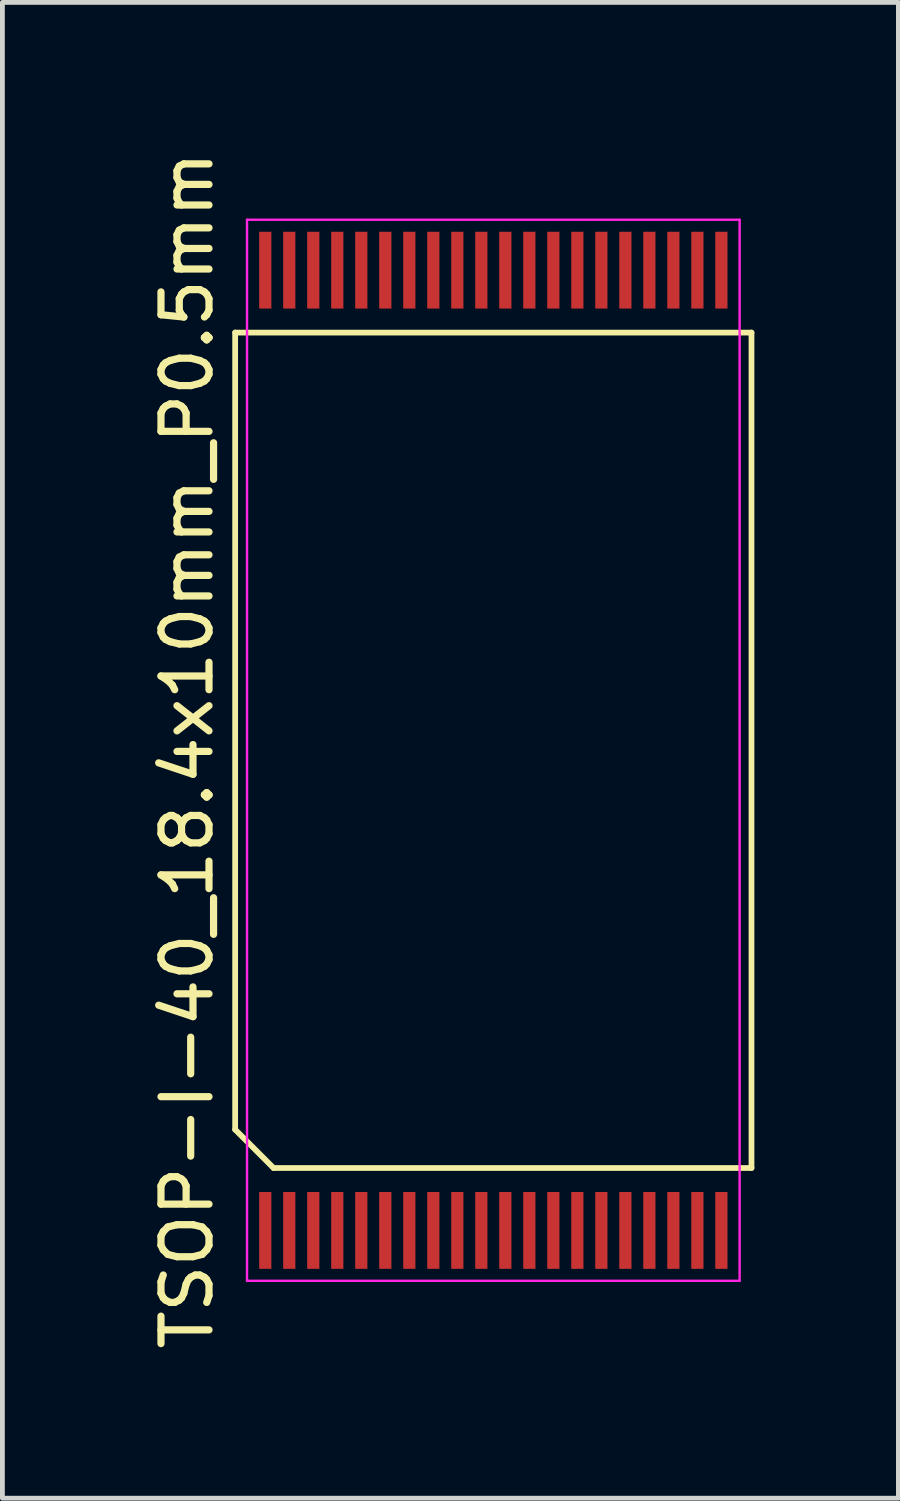
<source format=kicad_pcb>
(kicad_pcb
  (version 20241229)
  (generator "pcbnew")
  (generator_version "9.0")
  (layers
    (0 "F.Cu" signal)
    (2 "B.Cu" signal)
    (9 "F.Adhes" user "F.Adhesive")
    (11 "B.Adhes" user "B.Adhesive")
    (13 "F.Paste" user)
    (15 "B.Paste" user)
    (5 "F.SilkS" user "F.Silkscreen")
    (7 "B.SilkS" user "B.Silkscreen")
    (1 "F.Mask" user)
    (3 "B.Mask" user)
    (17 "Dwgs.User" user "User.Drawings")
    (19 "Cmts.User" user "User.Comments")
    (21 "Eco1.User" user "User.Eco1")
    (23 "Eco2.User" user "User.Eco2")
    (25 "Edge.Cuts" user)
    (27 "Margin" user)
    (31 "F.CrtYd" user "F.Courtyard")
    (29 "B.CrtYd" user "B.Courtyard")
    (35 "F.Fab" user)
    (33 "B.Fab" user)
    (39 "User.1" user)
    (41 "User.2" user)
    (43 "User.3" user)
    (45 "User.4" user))
  (footprint "TSOP-I-40_18.4x10mm_P0.5mm"
    (layer "F.Cu")
    (at 7.225 12.577)
    (property "Reference" "TSOP-I-40_18.4x10mm_P0.5mm" (at -6.377 0 90) (layer "F.SilkS") (effects (font (size 1 1) (thickness 0.15))))
    (attr smd)
    (fp_line (start -5.377 -8.7) (end 5.377 -8.7) (stroke (width 0.12) (type solid)) (layer "F.SilkS"))
    (fp_line (start -5.377 7.9) (end -5.377 -8.7) (stroke (width 0.12) (type solid)) (layer "F.SilkS"))
    (fp_line (start -4.577 8.7) (end -5.377 7.9) (stroke (width 0.12) (type solid)) (layer "F.SilkS"))
    (fp_line (start 5.377 -8.7) (end 5.377 8.7) (stroke (width 0.12) (type solid)) (layer "F.SilkS"))
    (fp_line (start 5.377 8.7) (end -4.577 8.7) (stroke (width 0.12) (type solid)) (layer "F.SilkS"))
    (fp_line (start -5.13 -11.05) (end 5.13 -11.05) (stroke (width 0.05) (type solid)) (layer "F.CrtYd"))
    (fp_line (start -5.13 11.05) (end -5.13 -11.05) (stroke (width 0.05) (type solid)) (layer "F.CrtYd"))
    (fp_line (start 5.13 -11.05) (end 5.13 11.05) (stroke (width 0.05) (type solid)) (layer "F.CrtYd"))
    (fp_line (start 5.13 11.05) (end -5.13 11.05) (stroke (width 0.05) (type solid)) (layer "F.CrtYd"))
    (pad "1" smd rect (at -4.75 10) (size 0.254 1.6) (layers "F.Cu" "F.Mask" "F.Paste"))
    (pad "2" smd rect (at -4.25 10) (size 0.254 1.6) (layers "F.Cu" "F.Mask" "F.Paste"))
    (pad "3" smd rect (at -3.75 10) (size 0.254 1.6) (layers "F.Cu" "F.Mask" "F.Paste"))
    (pad "4" smd rect (at -3.25 10) (size 0.254 1.6) (layers "F.Cu" "F.Mask" "F.Paste"))
    (pad "5" smd rect (at -2.75 10) (size 0.254 1.6) (layers "F.Cu" "F.Mask" "F.Paste"))
    (pad "6" smd rect (at -2.25 10) (size 0.254 1.6) (layers "F.Cu" "F.Mask" "F.Paste"))
    (pad "7" smd rect (at -1.75 10) (size 0.254 1.6) (layers "F.Cu" "F.Mask" "F.Paste"))
    (pad "8" smd rect (at -1.25 10) (size 0.254 1.6) (layers "F.Cu" "F.Mask" "F.Paste"))
    (pad "9" smd rect (at -0.75 10) (size 0.254 1.6) (layers "F.Cu" "F.Mask" "F.Paste"))
    (pad "10" smd rect (at -0.25 10) (size 0.254 1.6) (layers "F.Cu" "F.Mask" "F.Paste"))
    (pad "11" smd rect (at 0.25 10) (size 0.254 1.6) (layers "F.Cu" "F.Mask" "F.Paste"))
    (pad "12" smd rect (at 0.75 10) (size 0.254 1.6) (layers "F.Cu" "F.Mask" "F.Paste"))
    (pad "13" smd rect (at 1.25 10) (size 0.254 1.6) (layers "F.Cu" "F.Mask" "F.Paste"))
    (pad "14" smd rect (at 1.75 10) (size 0.254 1.6) (layers "F.Cu" "F.Mask" "F.Paste"))
    (pad "15" smd rect (at 2.25 10) (size 0.254 1.6) (layers "F.Cu" "F.Mask" "F.Paste"))
    (pad "16" smd rect (at 2.75 10) (size 0.254 1.6) (layers "F.Cu" "F.Mask" "F.Paste"))
    (pad "17" smd rect (at 3.25 10) (size 0.254 1.6) (layers "F.Cu" "F.Mask" "F.Paste"))
    (pad "18" smd rect (at 3.75 10) (size 0.254 1.6) (layers "F.Cu" "F.Mask" "F.Paste"))
    (pad "19" smd rect (at 4.25 10) (size 0.254 1.6) (layers "F.Cu" "F.Mask" "F.Paste"))
    (pad "20" smd rect (at 4.75 10) (size 0.254 1.6) (layers "F.Cu" "F.Mask" "F.Paste"))
    (pad "21" smd rect (at 4.75 -10) (size 0.254 1.6) (layers "F.Cu" "F.Mask" "F.Paste"))
    (pad "22" smd rect (at 4.25 -10) (size 0.254 1.6) (layers "F.Cu" "F.Mask" "F.Paste"))
    (pad "23" smd rect (at 3.75 -10) (size 0.254 1.6) (layers "F.Cu" "F.Mask" "F.Paste"))
    (pad "24" smd rect (at 3.25 -10) (size 0.254 1.6) (layers "F.Cu" "F.Mask" "F.Paste"))
    (pad "25" smd rect (at 2.75 -10) (size 0.254 1.6) (layers "F.Cu" "F.Mask" "F.Paste"))
    (pad "26" smd rect (at 2.25 -10) (size 0.254 1.6) (layers "F.Cu" "F.Mask" "F.Paste"))
    (pad "27" smd rect (at 1.75 -10) (size 0.254 1.6) (layers "F.Cu" "F.Mask" "F.Paste"))
    (pad "28" smd rect (at 1.25 -10) (size 0.254 1.6) (layers "F.Cu" "F.Mask" "F.Paste"))
    (pad "29" smd rect (at 0.75 -10) (size 0.254 1.6) (layers "F.Cu" "F.Mask" "F.Paste"))
    (pad "30" smd rect (at 0.25 -10) (size 0.254 1.6) (layers "F.Cu" "F.Mask" "F.Paste"))
    (pad "31" smd rect (at -0.25 -10) (size 0.254 1.6) (layers "F.Cu" "F.Mask" "F.Paste"))
    (pad "32" smd rect (at -0.75 -10) (size 0.254 1.6) (layers "F.Cu" "F.Mask" "F.Paste"))
    (pad "33" smd rect (at -1.25 -10) (size 0.254 1.6) (layers "F.Cu" "F.Mask" "F.Paste"))
    (pad "34" smd rect (at -1.75 -10) (size 0.254 1.6) (layers "F.Cu" "F.Mask" "F.Paste"))
    (pad "35" smd rect (at -2.25 -10) (size 0.254 1.6) (layers "F.Cu" "F.Mask" "F.Paste"))
    (pad "36" smd rect (at -2.75 -10) (size 0.254 1.6) (layers "F.Cu" "F.Mask" "F.Paste"))
    (pad "37" smd rect (at -3.25 -10) (size 0.254 1.6) (layers "F.Cu" "F.Mask" "F.Paste"))
    (pad "38" smd rect (at -3.75 -10) (size 0.254 1.6) (layers "F.Cu" "F.Mask" "F.Paste"))
    (pad "39" smd rect (at -4.25 -10) (size 0.254 1.6) (layers "F.Cu" "F.Mask" "F.Paste"))
    (pad "40" smd rect (at -4.75 -10) (size 0.254 1.6) (layers "F.Cu" "F.Mask" "F.Paste")))
  (gr_rect
    (start -3 -3)
    (end 15.662 28.155)
    (stroke (width 0.1) (type default))
    (fill no)
    (layer "Edge.Cuts")))
</source>
